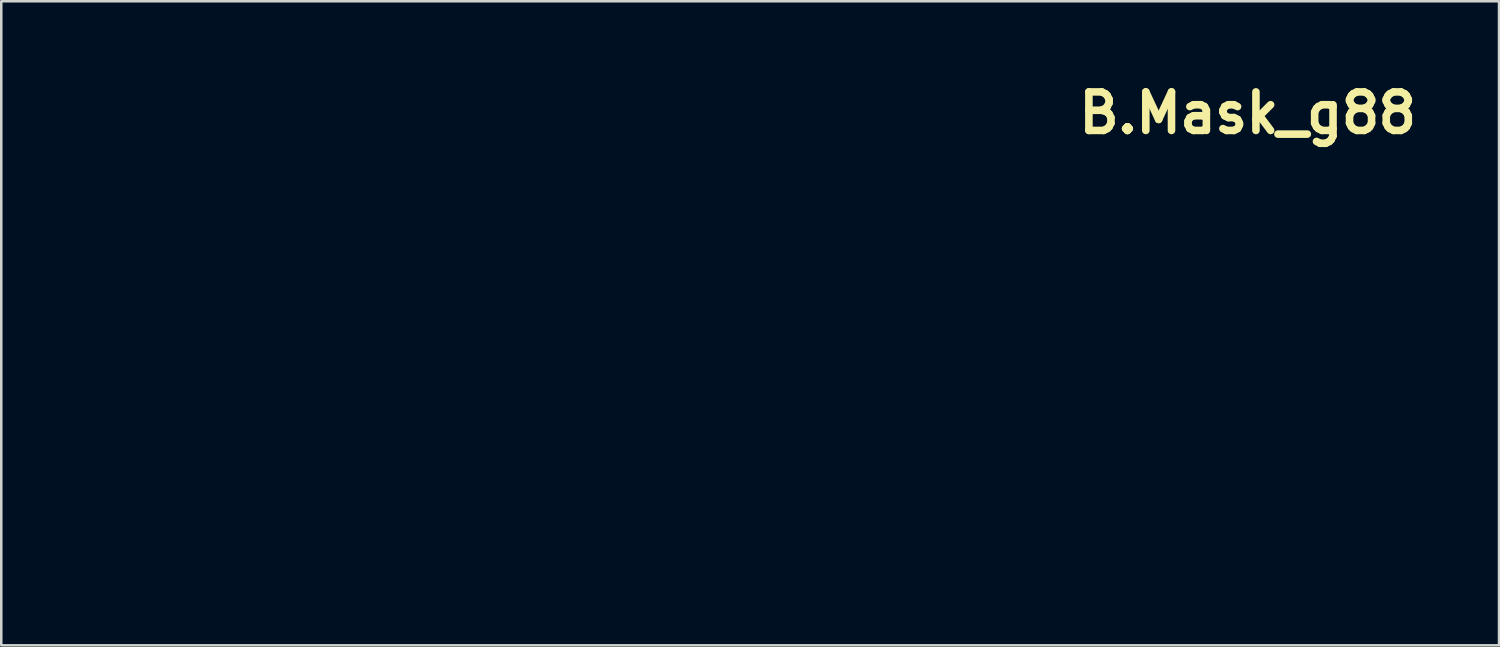
<source format=kicad_pcb>
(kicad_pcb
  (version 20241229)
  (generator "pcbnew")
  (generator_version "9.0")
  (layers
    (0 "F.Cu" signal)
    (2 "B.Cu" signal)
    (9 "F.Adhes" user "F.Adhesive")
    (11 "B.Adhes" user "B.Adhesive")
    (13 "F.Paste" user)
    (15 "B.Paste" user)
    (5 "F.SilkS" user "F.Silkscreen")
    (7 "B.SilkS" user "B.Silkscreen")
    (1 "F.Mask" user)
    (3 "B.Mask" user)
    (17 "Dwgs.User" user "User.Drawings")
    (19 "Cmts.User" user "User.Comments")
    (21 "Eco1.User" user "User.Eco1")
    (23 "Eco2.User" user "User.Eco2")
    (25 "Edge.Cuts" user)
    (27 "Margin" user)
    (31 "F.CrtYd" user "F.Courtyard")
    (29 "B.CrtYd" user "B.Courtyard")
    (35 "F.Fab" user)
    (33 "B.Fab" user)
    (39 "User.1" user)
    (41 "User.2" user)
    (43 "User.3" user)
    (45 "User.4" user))
  (footprint "B.Mask_g88"
    (layer "F.Cu")
    (at 46.282 1.418)
    (property "Reference" "B.Mask_g88" (at 0 0 0) (layer "F.SilkS") (effects (font (size 1.524 1.524) (thickness 0.3))))
    (attr through_hole)
    (fp_poly (pts (xy -44.234 12.182) (xy -44.161 12.187) (xy -44.103 12.199) (xy -44.046 12.22) (xy -43.98 12.251) (xy -43.831 12.346) (xy -43.691 12.477) (xy -43.562 12.641) (xy -43.45 12.83) (xy -43.358 13.04) (xy -43.331 13.118) (xy -43.246 13.441) (xy -43.192 13.787) (xy -43.166 14.152) (xy -43.169 14.531) (xy -43.198 14.917) (xy -43.254 15.305) (xy -43.335 15.691) (xy -43.441 16.069) (xy -43.57 16.433) (xy -43.722 16.778) (xy -43.896 17.099) (xy -44.013 17.281) (xy -44.172 17.491) (xy -44.341 17.67) (xy -44.515 17.817) (xy -44.692 17.929) (xy -44.871 18.005) (xy -45.047 18.043) (xy -45.218 18.043) (xy -45.272 18.034) (xy -45.445 17.976) (xy -45.607 17.88) (xy -45.756 17.746) (xy -45.89 17.578) (xy -46.006 17.377) (xy -46.103 17.145) (xy -46.132 17.061) (xy -46.18 16.895) (xy -46.217 16.734) (xy -46.244 16.57) (xy -46.262 16.393) (xy -46.273 16.194) (xy -46.277 15.965) (xy -46.277 15.907) (xy -46.276 15.724) (xy -46.274 15.574) (xy -46.268 15.447) (xy -46.259 15.333) (xy -46.246 15.223) (xy -46.233 15.134) (xy -46.157 14.712) (xy -46.062 14.324) (xy -45.948 13.961) (xy -45.811 13.618) (xy -45.743 13.471) (xy -45.63 13.248) (xy -45.519 13.058) (xy -45.405 12.89) (xy -45.281 12.735) (xy -45.14 12.584) (xy -45.138 12.582) (xy -45.044 12.488) (xy -44.967 12.419) (xy -44.897 12.366) (xy -44.825 12.321) (xy -44.74 12.276) (xy -44.737 12.275) (xy -44.65 12.232) (xy -44.584 12.205) (xy -44.527 12.19) (xy -44.462 12.183) (xy -44.375 12.181) (xy -44.335 12.181) (xy -44.234 12.182)) (stroke (width 0.01) (type solid)) (fill yes) (layer "B.Mask"))
    (fp_poly (pts (xy -18.578 8.91) (xy -18.194 8.965) (xy -17.826 9.058) (xy -17.475 9.188) (xy -17.142 9.352) (xy -16.83 9.55) (xy -16.541 9.778) (xy -16.276 10.035) (xy -16.038 10.32) (xy -15.827 10.631) (xy -15.647 10.965) (xy -15.498 11.321) (xy -15.383 11.697) (xy -15.303 12.092) (xy -15.291 12.177) (xy -15.276 12.33) (xy -15.268 12.508) (xy -15.266 12.701) (xy -15.269 12.897) (xy -15.279 13.084) (xy -15.294 13.252) (xy -15.312 13.377) (xy -15.382 13.699) (xy -15.47 13.996) (xy -15.579 14.284) (xy -15.664 14.472) (xy -15.857 14.831) (xy -16.08 15.164) (xy -16.332 15.469) (xy -16.611 15.745) (xy -16.914 15.989) (xy -17.238 16.199) (xy -17.583 16.375) (xy -17.945 16.515) (xy -18.322 16.617) (xy -18.498 16.65) (xy -18.597 16.663) (xy -18.721 16.674) (xy -18.859 16.683) (xy -19.001 16.689) (xy -19.133 16.692) (xy -19.244 16.692) (xy -19.315 16.688) (xy -19.711 16.629) (xy -20.09 16.532) (xy -20.45 16.398) (xy -20.791 16.227) (xy -21.111 16.019) (xy -21.408 15.775) (xy -21.515 15.674) (xy -21.783 15.379) (xy -22.017 15.059) (xy -22.217 14.716) (xy -22.381 14.351) (xy -22.509 13.966) (xy -22.597 13.578) (xy -22.616 13.442) (xy -22.63 13.276) (xy -22.64 13.092) (xy -22.644 12.904) (xy -22.644 12.722) (xy -22.637 12.56) (xy -22.629 12.467) (xy -22.562 12.054) (xy -22.457 11.656) (xy -22.316 11.273) (xy -22.14 10.909) (xy -21.93 10.567) (xy -21.688 10.249) (xy -21.415 9.958) (xy -21.22 9.783) (xy -20.909 9.548) (xy -20.58 9.347) (xy -20.236 9.182) (xy -19.882 9.053) (xy -19.52 8.962) (xy -19.154 8.91) (xy -18.788 8.898) (xy -18.578 8.91)) (stroke (width 0.01) (type solid)) (fill yes) (layer "B.Mask"))
    (fp_poly (pts (xy -32.581 -0.314) (xy -32.271 -0.268) (xy -31.969 -0.184) (xy -31.678 -0.062) (xy -31.398 0.097) (xy -31.132 0.294) (xy -30.881 0.527) (xy -30.647 0.798) (xy -30.431 1.105) (xy -30.234 1.449) (xy -30.191 1.535) (xy -30.042 1.877) (xy -29.92 2.242) (xy -29.823 2.634) (xy -29.75 3.058) (xy -29.747 3.08) (xy -29.731 3.227) (xy -29.72 3.408) (xy -29.712 3.613) (xy -29.708 3.833) (xy -29.708 4.061) (xy -29.712 4.286) (xy -29.72 4.5) (xy -29.732 4.695) (xy -29.747 4.858) (xy -29.827 5.431) (xy -29.931 5.989) (xy -30.063 6.544) (xy -30.224 7.105) (xy -30.346 7.479) (xy -30.53 7.982) (xy -30.733 8.462) (xy -30.952 8.917) (xy -31.185 9.346) (xy -31.433 9.747) (xy -31.694 10.117) (xy -31.966 10.456) (xy -32.247 10.762) (xy -32.537 11.032) (xy -32.835 11.266) (xy -33.138 11.461) (xy -33.443 11.614) (xy -33.595 11.671) (xy -33.777 11.726) (xy -33.978 11.776) (xy -34.184 11.818) (xy -34.33 11.842) (xy -34.456 11.857) (xy -34.596 11.869) (xy -34.74 11.879) (xy -34.877 11.886) (xy -34.997 11.888) (xy -35.089 11.886) (xy -35.115 11.883) (xy -35.202 11.873) (xy -35.312 11.858) (xy -35.437 11.841) (xy -35.57 11.822) (xy -35.703 11.803) (xy -35.827 11.785) (xy -35.933 11.768) (xy -36.015 11.755) (xy -36.063 11.746) (xy -36.065 11.746) (xy -36.14 11.722) (xy -36.221 11.68) (xy -36.309 11.619) (xy -36.409 11.535) (xy -36.524 11.425) (xy -36.657 11.287) (xy -36.811 11.117) (xy -36.815 11.113) (xy -37.009 10.891) (xy -37.176 10.688) (xy -37.321 10.498) (xy -37.449 10.312) (xy -37.565 10.123) (xy -37.675 9.924) (xy -37.762 9.753) (xy -37.838 9.592) (xy -37.894 9.453) (xy -37.936 9.324) (xy -37.965 9.192) (xy -37.986 9.043) (xy -37.998 8.922) (xy -38.005 8.815) (xy -38.009 8.673) (xy -38.011 8.501) (xy -38.011 8.308) (xy -38.01 8.099) (xy -38.007 7.882) (xy -38.002 7.663) (xy -37.995 7.449) (xy -37.987 7.247) (xy -37.978 7.064) (xy -37.968 6.905) (xy -37.962 6.837) (xy -37.886 6.173) (xy -37.777 5.531) (xy -37.637 4.913) (xy -37.465 4.318) (xy -37.264 3.748) (xy -37.031 3.204) (xy -36.769 2.687) (xy -36.478 2.198) (xy -36.157 1.739) (xy -35.809 1.309) (xy -35.514 0.993) (xy -35.194 0.692) (xy -34.869 0.431) (xy -34.541 0.209) (xy -34.21 0.025) (xy -33.879 -0.119) (xy -33.549 -0.225) (xy -33.222 -0.293) (xy -32.899 -0.323) (xy -32.581 -0.314)) (stroke (width 0.01) (type solid)) (fill yes) (layer "B.Mask")))
  (gr_rect
    (start -3 -3)
    (end 56.22 22.466)
    (stroke (width 0.1) (type default))
    (fill no)
    (layer "Edge.Cuts")))
</source>
